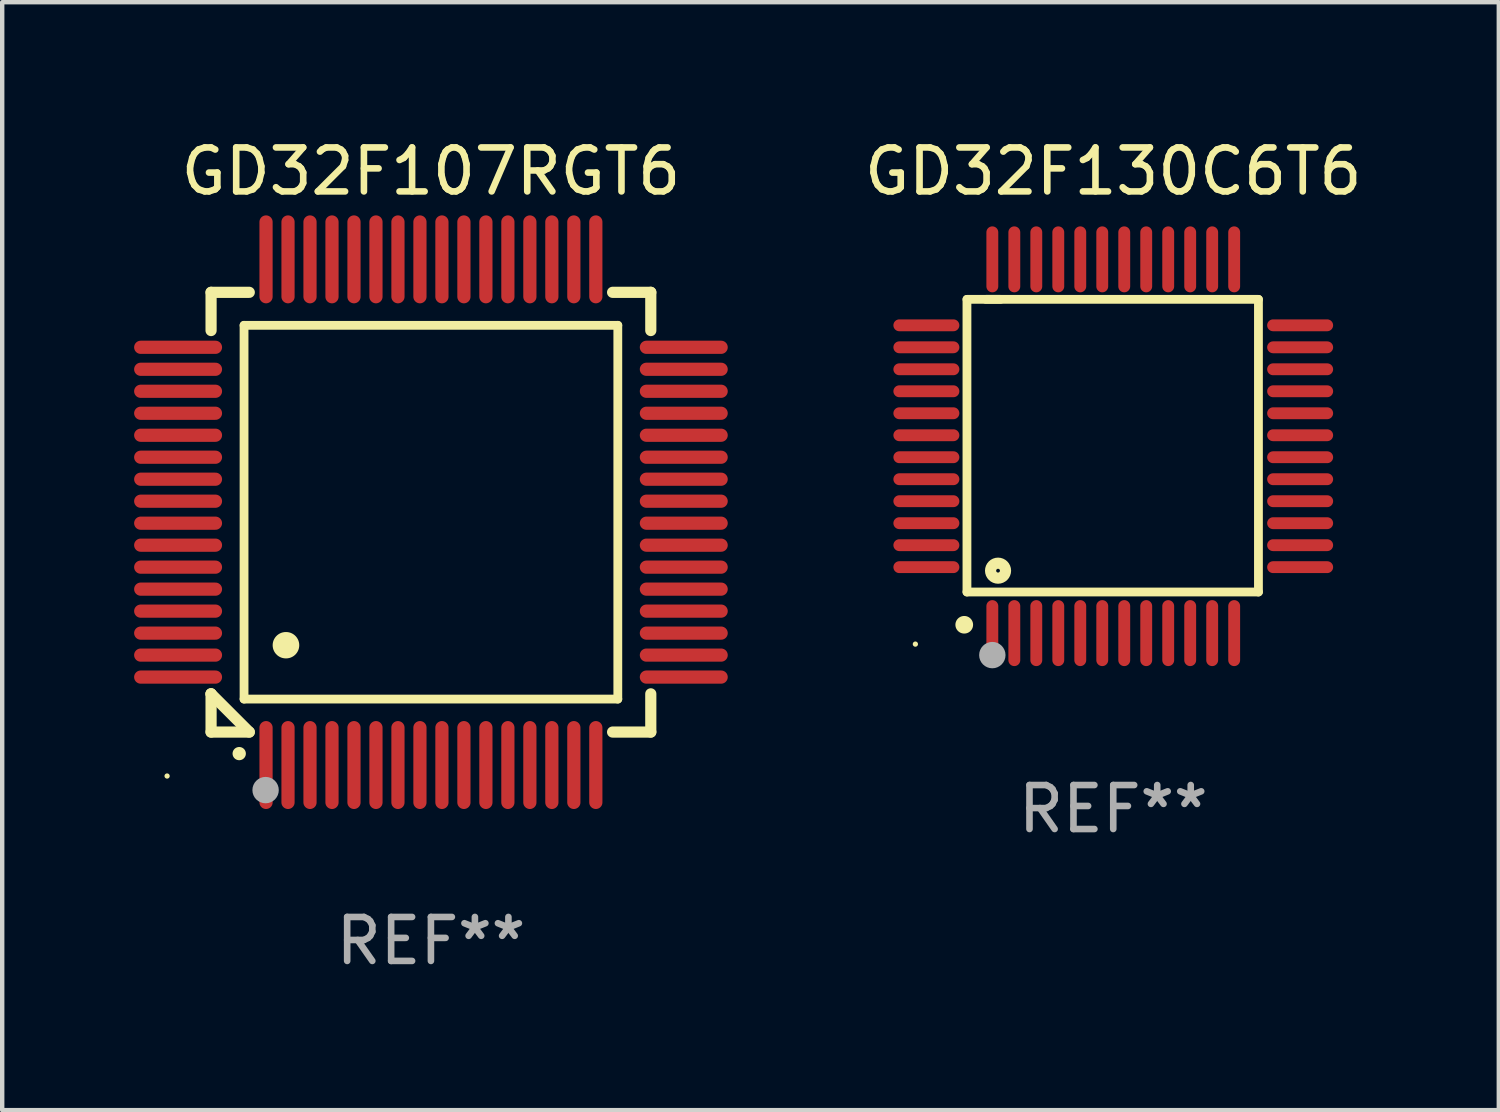
<source format=kicad_pcb>
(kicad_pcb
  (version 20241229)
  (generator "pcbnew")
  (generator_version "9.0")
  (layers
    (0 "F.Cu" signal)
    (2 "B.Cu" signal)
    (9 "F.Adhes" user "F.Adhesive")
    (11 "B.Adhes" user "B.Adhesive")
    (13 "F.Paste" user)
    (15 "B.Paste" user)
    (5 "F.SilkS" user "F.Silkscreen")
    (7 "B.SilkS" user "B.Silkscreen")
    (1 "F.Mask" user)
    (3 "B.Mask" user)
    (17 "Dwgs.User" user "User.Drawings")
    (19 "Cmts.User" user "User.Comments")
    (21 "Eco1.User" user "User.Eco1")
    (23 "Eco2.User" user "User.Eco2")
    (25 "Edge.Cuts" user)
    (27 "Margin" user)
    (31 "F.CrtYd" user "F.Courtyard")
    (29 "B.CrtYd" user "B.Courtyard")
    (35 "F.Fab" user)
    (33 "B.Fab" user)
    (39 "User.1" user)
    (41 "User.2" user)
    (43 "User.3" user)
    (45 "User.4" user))
  (footprint "GD32F107RGT6"
    (layer "F.Cu")
    (at 6.75 8.598)
    (property "Reference" "GD32F107RGT6" (at 0 -7.75 0) (layer "F.SilkS") (effects (font (size 1 1) (thickness 0.15))))
    (attr through_hole)
    (fp_line (start -5 -5) (end -4.131 -5) (stroke (width 0.254) (type solid)) (layer "F.SilkS"))
    (fp_line (start -5 -4.131) (end -5 -5) (stroke (width 0.254) (type solid)) (layer "F.SilkS"))
    (fp_line (start -5 4.131) (end -5 4.131) (stroke (width 0.254) (type solid)) (layer "F.SilkS"))
    (fp_line (start -5 5) (end -5 4.131) (stroke (width 0.254) (type solid)) (layer "F.SilkS"))
    (fp_line (start -5 4.131) (end -4.131 5) (stroke (width 0.254) (type solid)) (layer "F.SilkS"))
    (fp_line (start -4.25 -4.25) (end -4.25 4.25) (stroke (width 0.2) (type solid)) (layer "F.SilkS"))
    (fp_line (start -4.25 4.25) (end 4.25 4.25) (stroke (width 0.2) (type solid)) (layer "F.SilkS"))
    (fp_line (start -4.131 5) (end -5 5) (stroke (width 0.254) (type solid)) (layer "F.SilkS"))
    (fp_line (start 4.25 -4.25) (end -4.25 -4.25) (stroke (width 0.2) (type solid)) (layer "F.SilkS"))
    (fp_line (start 4.25 4.25) (end 4.25 -4.25) (stroke (width 0.2) (type solid)) (layer "F.SilkS"))
    (fp_line (start 5 -5) (end 4.131 -5) (stroke (width 0.254) (type solid)) (layer "F.SilkS"))
    (fp_line (start 5 -5) (end 5 -4.131) (stroke (width 0.254) (type solid)) (layer "F.SilkS"))
    (fp_line (start 5 4.131) (end 5 5) (stroke (width 0.254) (type solid)) (layer "F.SilkS"))
    (fp_line (start 5 5) (end 4.131 5) (stroke (width 0.254) (type solid)) (layer "F.SilkS"))
    (fp_arc (start -4.361265 5.489992) (mid -4.359995 5.489987) (end -4.358725 5.489992) (stroke (width 0.3) (type solid)) (layer "F.SilkS"))
    (fp_arc (start -3.299467 3.025146) (mid -3.296927 3.025135) (end -3.294387 3.025146) (stroke (width 0.6) (type solid)) (layer "F.SilkS"))
    (fp_circle (center -6 6) (end -5.97 6) (stroke (width 0.06) (type solid)) (fill no) (layer "F.SilkS"))
    (fp_circle (center -3.76 6.32) (end -3.61 6.32) (stroke (width 0.3) (type solid)) (fill no) (layer "F.Fab"))
    (fp_text user "REF**" (at 0 9.75 0) (layer "F.Fab") (effects (font (size 1 1) (thickness 0.15))))
    (pad "1" smd oval (at -3.75 5.75) (size 0.3 2) (layers "F.Cu" "F.Mask" "F.Paste"))
    (pad "2" smd oval (at -3.25 5.75) (size 0.3 2) (layers "F.Cu" "F.Mask" "F.Paste"))
    (pad "3" smd oval (at -2.75 5.75) (size 0.3 2) (layers "F.Cu" "F.Mask" "F.Paste"))
    (pad "4" smd oval (at -2.25 5.75) (size 0.3 2) (layers "F.Cu" "F.Mask" "F.Paste"))
    (pad "5" smd oval (at -1.75 5.75) (size 0.3 2) (layers "F.Cu" "F.Mask" "F.Paste"))
    (pad "6" smd oval (at -1.25 5.75) (size 0.3 2) (layers "F.Cu" "F.Mask" "F.Paste"))
    (pad "7" smd oval (at -0.75 5.75) (size 0.3 2) (layers "F.Cu" "F.Mask" "F.Paste"))
    (pad "8" smd oval (at -0.25 5.75) (size 0.3 2) (layers "F.Cu" "F.Mask" "F.Paste"))
    (pad "9" smd oval (at 0.25 5.75) (size 0.3 2) (layers "F.Cu" "F.Mask" "F.Paste"))
    (pad "10" smd oval (at 0.75 5.75) (size 0.3 2) (layers "F.Cu" "F.Mask" "F.Paste"))
    (pad "11" smd oval (at 1.25 5.75) (size 0.3 2) (layers "F.Cu" "F.Mask" "F.Paste"))
    (pad "12" smd oval (at 1.75 5.75) (size 0.3 2) (layers "F.Cu" "F.Mask" "F.Paste"))
    (pad "13" smd oval (at 2.25 5.75) (size 0.3 2) (layers "F.Cu" "F.Mask" "F.Paste"))
    (pad "14" smd oval (at 2.75 5.75) (size 0.3 2) (layers "F.Cu" "F.Mask" "F.Paste"))
    (pad "15" smd oval (at 3.25 5.75) (size 0.3 2) (layers "F.Cu" "F.Mask" "F.Paste"))
    (pad "16" smd oval (at 3.75 5.75) (size 0.3 2) (layers "F.Cu" "F.Mask" "F.Paste"))
    (pad "17" smd oval (at 5.75 3.75) (size 2 0.3) (layers "F.Cu" "F.Mask" "F.Paste"))
    (pad "18" smd oval (at 5.75 3.25) (size 2 0.3) (layers "F.Cu" "F.Mask" "F.Paste"))
    (pad "19" smd oval (at 5.75 2.75) (size 2 0.3) (layers "F.Cu" "F.Mask" "F.Paste"))
    (pad "20" smd oval (at 5.75 2.25) (size 2 0.3) (layers "F.Cu" "F.Mask" "F.Paste"))
    (pad "21" smd oval (at 5.75 1.75) (size 2 0.3) (layers "F.Cu" "F.Mask" "F.Paste"))
    (pad "22" smd oval (at 5.75 1.25) (size 2 0.3) (layers "F.Cu" "F.Mask" "F.Paste"))
    (pad "23" smd oval (at 5.75 0.75) (size 2 0.3) (layers "F.Cu" "F.Mask" "F.Paste"))
    (pad "24" smd oval (at 5.75 0.25) (size 2 0.3) (layers "F.Cu" "F.Mask" "F.Paste"))
    (pad "25" smd oval (at 5.75 -0.25) (size 2 0.3) (layers "F.Cu" "F.Mask" "F.Paste"))
    (pad "26" smd oval (at 5.75 -0.75) (size 2 0.3) (layers "F.Cu" "F.Mask" "F.Paste"))
    (pad "27" smd oval (at 5.75 -1.25) (size 2 0.3) (layers "F.Cu" "F.Mask" "F.Paste"))
    (pad "28" smd oval (at 5.75 -1.75) (size 2 0.3) (layers "F.Cu" "F.Mask" "F.Paste"))
    (pad "29" smd oval (at 5.75 -2.25) (size 2 0.3) (layers "F.Cu" "F.Mask" "F.Paste"))
    (pad "30" smd oval (at 5.75 -2.75) (size 2 0.3) (layers "F.Cu" "F.Mask" "F.Paste"))
    (pad "31" smd oval (at 5.75 -3.25) (size 2 0.3) (layers "F.Cu" "F.Mask" "F.Paste"))
    (pad "32" smd oval (at 5.75 -3.75) (size 2 0.3) (layers "F.Cu" "F.Mask" "F.Paste"))
    (pad "33" smd oval (at 3.75 -5.75) (size 0.3 2) (layers "F.Cu" "F.Mask" "F.Paste"))
    (pad "34" smd oval (at 3.25 -5.75) (size 0.3 2) (layers "F.Cu" "F.Mask" "F.Paste"))
    (pad "35" smd oval (at 2.75 -5.75) (size 0.3 2) (layers "F.Cu" "F.Mask" "F.Paste"))
    (pad "36" smd oval (at 2.25 -5.75) (size 0.3 2) (layers "F.Cu" "F.Mask" "F.Paste"))
    (pad "37" smd oval (at 1.75 -5.75) (size 0.3 2) (layers "F.Cu" "F.Mask" "F.Paste"))
    (pad "38" smd oval (at 1.25 -5.75) (size 0.3 2) (layers "F.Cu" "F.Mask" "F.Paste"))
    (pad "39" smd oval (at 0.75 -5.75) (size 0.3 2) (layers "F.Cu" "F.Mask" "F.Paste"))
    (pad "40" smd oval (at 0.25 -5.75) (size 0.3 2) (layers "F.Cu" "F.Mask" "F.Paste"))
    (pad "41" smd oval (at -0.25 -5.75) (size 0.3 2) (layers "F.Cu" "F.Mask" "F.Paste"))
    (pad "42" smd oval (at -0.75 -5.75) (size 0.3 2) (layers "F.Cu" "F.Mask" "F.Paste"))
    (pad "43" smd oval (at -1.25 -5.75) (size 0.3 2) (layers "F.Cu" "F.Mask" "F.Paste"))
    (pad "44" smd oval (at -1.75 -5.75) (size 0.3 2) (layers "F.Cu" "F.Mask" "F.Paste"))
    (pad "45" smd oval (at -2.25 -5.75) (size 0.3 2) (layers "F.Cu" "F.Mask" "F.Paste"))
    (pad "46" smd oval (at -2.75 -5.75) (size 0.3 2) (layers "F.Cu" "F.Mask" "F.Paste"))
    (pad "47" smd oval (at -3.25 -5.75) (size 0.3 2) (layers "F.Cu" "F.Mask" "F.Paste"))
    (pad "48" smd oval (at -3.75 -5.75) (size 0.3 2) (layers "F.Cu" "F.Mask" "F.Paste"))
    (pad "49" smd oval (at -5.75 -3.75) (size 2 0.3) (layers "F.Cu" "F.Mask" "F.Paste"))
    (pad "50" smd oval (at -5.75 -3.25) (size 2 0.3) (layers "F.Cu" "F.Mask" "F.Paste"))
    (pad "51" smd oval (at -5.75 -2.75) (size 2 0.3) (layers "F.Cu" "F.Mask" "F.Paste"))
    (pad "52" smd oval (at -5.75 -2.25) (size 2 0.3) (layers "F.Cu" "F.Mask" "F.Paste"))
    (pad "53" smd oval (at -5.75 -1.75) (size 2 0.3) (layers "F.Cu" "F.Mask" "F.Paste"))
    (pad "54" smd oval (at -5.75 -1.25) (size 2 0.3) (layers "F.Cu" "F.Mask" "F.Paste"))
    (pad "55" smd oval (at -5.75 -0.75) (size 2 0.3) (layers "F.Cu" "F.Mask" "F.Paste"))
    (pad "56" smd oval (at -5.75 -0.25) (size 2 0.3) (layers "F.Cu" "F.Mask" "F.Paste"))
    (pad "57" smd oval (at -5.75 0.25) (size 2 0.3) (layers "F.Cu" "F.Mask" "F.Paste"))
    (pad "58" smd oval (at -5.75 0.75) (size 2 0.3) (layers "F.Cu" "F.Mask" "F.Paste"))
    (pad "59" smd oval (at -5.75 1.25) (size 2 0.3) (layers "F.Cu" "F.Mask" "F.Paste"))
    (pad "60" smd oval (at -5.75 1.75) (size 2 0.3) (layers "F.Cu" "F.Mask" "F.Paste"))
    (pad "61" smd oval (at -5.75 2.25) (size 2 0.3) (layers "F.Cu" "F.Mask" "F.Paste"))
    (pad "62" smd oval (at -5.75 2.75) (size 2 0.3) (layers "F.Cu" "F.Mask" "F.Paste"))
    (pad "63" smd oval (at -5.75 3.25) (size 2 0.3) (layers "F.Cu" "F.Mask" "F.Paste"))
    (pad "64" smd oval (at -5.75 3.75) (size 2 0.3) (layers "F.Cu" "F.Mask" "F.Paste")))
  (footprint "GD32F130C6T6"
    (layer "F.Cu")
    (at 22.267 7.098)
    (property "Reference" "GD32F130C6T6" (at 0 -6.25 0) (layer "F.SilkS") (effects (font (size 1 1) (thickness 0.15))))
    (attr through_hole)
    (fp_line (start -3.327 -3.34) (end -2.565 -3.34) (stroke (width 0.2) (type solid)) (layer "F.SilkS"))
    (fp_line (start -3.327 3.315) (end -3.327 -3.34) (stroke (width 0.2) (type solid)) (layer "F.SilkS"))
    (fp_line (start -2.896 -3.34) (end 3.302 -3.34) (stroke (width 0.2) (type solid)) (layer "F.SilkS"))
    (fp_line (start 3.302 -3.34) (end 3.302 3.315) (stroke (width 0.2) (type solid)) (layer "F.SilkS"))
    (fp_line (start 3.302 3.315) (end -3.327 3.315) (stroke (width 0.2) (type solid)) (layer "F.SilkS"))
    (fp_arc (start -3.389992 4.059995) (mid -3.388722 4.059991) (end -3.387452 4.059995) (stroke (width 0.4) (type solid)) (layer "F.SilkS"))
    (fp_circle (center -4.5 4.5) (end -4.47 4.5) (stroke (width 0.06) (type solid)) (fill no) (layer "F.SilkS"))
    (fp_circle (center -2.62 2.83) (end -2.45 2.83) (stroke (width 0.254) (type solid)) (fill no) (layer "F.SilkS"))
    (fp_circle (center -2.75 4.75) (end -2.6 4.75) (stroke (width 0.3) (type solid)) (fill no) (layer "F.Fab"))
    (fp_text user "REF**" (at 0 8.25 0) (layer "F.Fab") (effects (font (size 1 1) (thickness 0.15))))
    (pad "1" smd oval (at -2.75 4.25) (size 0.27 1.5) (layers "F.Cu" "F.Mask" "F.Paste"))
    (pad "2" smd oval (at -2.25 4.25) (size 0.27 1.5) (layers "F.Cu" "F.Mask" "F.Paste"))
    (pad "3" smd oval (at -1.75 4.25) (size 0.27 1.5) (layers "F.Cu" "F.Mask" "F.Paste"))
    (pad "4" smd oval (at -1.25 4.25) (size 0.27 1.5) (layers "F.Cu" "F.Mask" "F.Paste"))
    (pad "5" smd oval (at -0.75 4.25) (size 0.27 1.5) (layers "F.Cu" "F.Mask" "F.Paste"))
    (pad "6" smd oval (at -0.25 4.25) (size 0.27 1.5) (layers "F.Cu" "F.Mask" "F.Paste"))
    (pad "7" smd oval (at 0.25 4.25) (size 0.27 1.5) (layers "F.Cu" "F.Mask" "F.Paste"))
    (pad "8" smd oval (at 0.75 4.25) (size 0.27 1.5) (layers "F.Cu" "F.Mask" "F.Paste"))
    (pad "9" smd oval (at 1.25 4.25) (size 0.27 1.5) (layers "F.Cu" "F.Mask" "F.Paste"))
    (pad "10" smd oval (at 1.75 4.25) (size 0.27 1.5) (layers "F.Cu" "F.Mask" "F.Paste"))
    (pad "11" smd oval (at 2.25 4.25) (size 0.27 1.5) (layers "F.Cu" "F.Mask" "F.Paste"))
    (pad "12" smd oval (at 2.75 4.25) (size 0.27 1.5) (layers "F.Cu" "F.Mask" "F.Paste"))
    (pad "13" smd oval (at 4.25 2.75) (size 1.5 0.27) (layers "F.Cu" "F.Mask" "F.Paste"))
    (pad "14" smd oval (at 4.25 2.25) (size 1.5 0.27) (layers "F.Cu" "F.Mask" "F.Paste"))
    (pad "15" smd oval (at 4.25 1.75) (size 1.5 0.27) (layers "F.Cu" "F.Mask" "F.Paste"))
    (pad "16" smd oval (at 4.25 1.25) (size 1.5 0.27) (layers "F.Cu" "F.Mask" "F.Paste"))
    (pad "17" smd oval (at 4.25 0.75) (size 1.5 0.27) (layers "F.Cu" "F.Mask" "F.Paste"))
    (pad "18" smd oval (at 4.25 0.25) (size 1.5 0.27) (layers "F.Cu" "F.Mask" "F.Paste"))
    (pad "19" smd oval (at 4.25 -0.25) (size 1.5 0.27) (layers "F.Cu" "F.Mask" "F.Paste"))
    (pad "20" smd oval (at 4.25 -0.75) (size 1.5 0.27) (layers "F.Cu" "F.Mask" "F.Paste"))
    (pad "21" smd oval (at 4.25 -1.25) (size 1.5 0.27) (layers "F.Cu" "F.Mask" "F.Paste"))
    (pad "22" smd oval (at 4.25 -1.75) (size 1.5 0.27) (layers "F.Cu" "F.Mask" "F.Paste"))
    (pad "23" smd oval (at 4.25 -2.25) (size 1.5 0.27) (layers "F.Cu" "F.Mask" "F.Paste"))
    (pad "24" smd oval (at 4.25 -2.75) (size 1.5 0.27) (layers "F.Cu" "F.Mask" "F.Paste"))
    (pad "25" smd oval (at 2.75 -4.25) (size 0.27 1.5) (layers "F.Cu" "F.Mask" "F.Paste"))
    (pad "26" smd oval (at 2.25 -4.25) (size 0.27 1.5) (layers "F.Cu" "F.Mask" "F.Paste"))
    (pad "27" smd oval (at 1.75 -4.25) (size 0.27 1.5) (layers "F.Cu" "F.Mask" "F.Paste"))
    (pad "28" smd oval (at 1.25 -4.25) (size 0.27 1.5) (layers "F.Cu" "F.Mask" "F.Paste"))
    (pad "29" smd oval (at 0.75 -4.25) (size 0.27 1.5) (layers "F.Cu" "F.Mask" "F.Paste"))
    (pad "30" smd oval (at 0.25 -4.25) (size 0.27 1.5) (layers "F.Cu" "F.Mask" "F.Paste"))
    (pad "31" smd oval (at -0.25 -4.25) (size 0.27 1.5) (layers "F.Cu" "F.Mask" "F.Paste"))
    (pad "32" smd oval (at -0.75 -4.25) (size 0.27 1.5) (layers "F.Cu" "F.Mask" "F.Paste"))
    (pad "33" smd oval (at -1.25 -4.25) (size 0.27 1.5) (layers "F.Cu" "F.Mask" "F.Paste"))
    (pad "34" smd oval (at -1.75 -4.25) (size 0.27 1.5) (layers "F.Cu" "F.Mask" "F.Paste"))
    (pad "35" smd oval (at -2.25 -4.25) (size 0.27 1.5) (layers "F.Cu" "F.Mask" "F.Paste"))
    (pad "36" smd oval (at -2.75 -4.25) (size 0.27 1.5) (layers "F.Cu" "F.Mask" "F.Paste"))
    (pad "37" smd oval (at -4.25 -2.75) (size 1.5 0.27) (layers "F.Cu" "F.Mask" "F.Paste"))
    (pad "38" smd oval (at -4.25 -2.25) (size 1.5 0.27) (layers "F.Cu" "F.Mask" "F.Paste"))
    (pad "39" smd oval (at -4.25 -1.75) (size 1.5 0.27) (layers "F.Cu" "F.Mask" "F.Paste"))
    (pad "40" smd oval (at -4.25 -1.25) (size 1.5 0.27) (layers "F.Cu" "F.Mask" "F.Paste"))
    (pad "41" smd oval (at -4.25 -0.75) (size 1.5 0.27) (layers "F.Cu" "F.Mask" "F.Paste"))
    (pad "42" smd oval (at -4.25 -0.25) (size 1.5 0.27) (layers "F.Cu" "F.Mask" "F.Paste"))
    (pad "43" smd oval (at -4.25 0.25) (size 1.5 0.27) (layers "F.Cu" "F.Mask" "F.Paste"))
    (pad "44" smd oval (at -4.25 0.75) (size 1.5 0.27) (layers "F.Cu" "F.Mask" "F.Paste"))
    (pad "45" smd oval (at -4.25 1.25) (size 1.5 0.27) (layers "F.Cu" "F.Mask" "F.Paste"))
    (pad "46" smd oval (at -4.25 1.75) (size 1.5 0.27) (layers "F.Cu" "F.Mask" "F.Paste"))
    (pad "47" smd oval (at -4.25 2.25) (size 1.5 0.27) (layers "F.Cu" "F.Mask" "F.Paste"))
    (pad "48" smd oval (at -4.25 2.75) (size 1.5 0.27) (layers "F.Cu" "F.Mask" "F.Paste")))
  (gr_rect
    (start -3 -3)
    (end 31.035 22.196)
    (stroke (width 0.1) (type default))
    (fill no)
    (layer "Edge.Cuts")))
</source>
